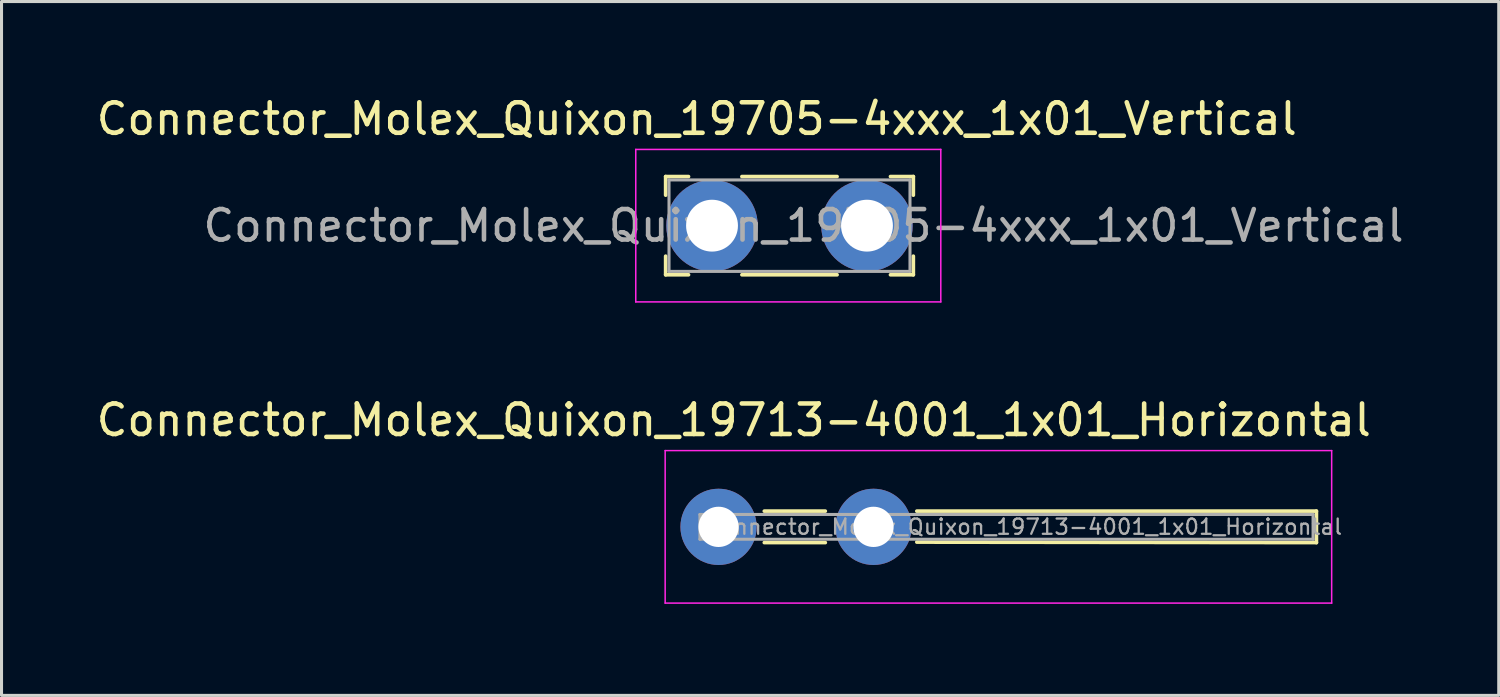
<source format=kicad_pcb>
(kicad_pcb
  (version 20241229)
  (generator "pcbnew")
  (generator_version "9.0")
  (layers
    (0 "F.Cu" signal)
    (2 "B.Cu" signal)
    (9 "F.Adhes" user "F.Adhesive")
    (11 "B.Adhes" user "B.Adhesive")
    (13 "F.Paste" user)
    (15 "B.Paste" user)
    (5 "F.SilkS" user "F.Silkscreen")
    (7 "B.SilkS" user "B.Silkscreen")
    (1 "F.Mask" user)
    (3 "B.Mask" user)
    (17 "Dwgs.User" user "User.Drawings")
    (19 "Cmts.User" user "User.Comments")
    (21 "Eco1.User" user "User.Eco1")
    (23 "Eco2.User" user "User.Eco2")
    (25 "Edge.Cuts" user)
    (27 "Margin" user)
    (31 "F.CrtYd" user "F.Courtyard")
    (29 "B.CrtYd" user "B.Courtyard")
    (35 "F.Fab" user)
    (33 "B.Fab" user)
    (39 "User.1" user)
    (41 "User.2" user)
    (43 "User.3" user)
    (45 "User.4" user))
  (footprint "Connector_Molex_Quixon_19713-4001_1x01_Horizontal"
    (layer "F.Cu")
    (at 20.506 14.222)
    (property "Reference" "Connector_Molex_Quixon_19713-4001_1x01_Horizontal" (at 0.5 -3.5 0) (layer "F.SilkS") (effects (font (size 1 1) (thickness 0.15))))
    (attr through_hole)
    (fp_line (start 1.5 -0.516) (end 3.5 -0.516) (stroke (width 0.12) (type solid)) (layer "F.SilkS"))
    (fp_line (start 1.5 0.516) (end 3.5 0.516) (stroke (width 0.12) (type solid)) (layer "F.SilkS"))
    (fp_line (start 6.5 0.5) (end 19.6 0.516) (stroke (width 0.12) (type solid)) (layer "F.SilkS"))
    (fp_line (start 19.6 -0.516) (end 6.5 -0.516) (stroke (width 0.12) (type solid)) (layer "F.SilkS"))
    (fp_line (start 19.6 0.516) (end 19.6 -0.516) (stroke (width 0.12) (type solid)) (layer "F.SilkS"))
    (fp_line (start -1.75 -2.5) (end -1.75 2.5) (stroke (width 0.05) (type solid)) (layer "F.CrtYd"))
    (fp_line (start -1.75 2.5) (end 20.1 2.5) (stroke (width 0.05) (type solid)) (layer "F.CrtYd"))
    (fp_line (start 20.1 -2.5) (end -1.75 -2.5) (stroke (width 0.05) (type solid)) (layer "F.CrtYd"))
    (fp_line (start 20.1 -2.5) (end 20.1 2.5) (stroke (width 0.05) (type solid)) (layer "F.CrtYd"))
    (fp_line (start -0.61 -0.406) (end 19.49 -0.406) (stroke (width 0.1) (type solid)) (layer "F.Fab"))
    (fp_line (start -0.61 0.406) (end -0.61 -0.406) (stroke (width 0.1) (type solid)) (layer "F.Fab"))
    (fp_line (start 19.49 -0.406) (end 19.49 0.406) (stroke (width 0.1) (type solid)) (layer "F.Fab"))
    (fp_line (start 19.49 0.406) (end -0.61 0.406) (stroke (width 0.1) (type solid)) (layer "F.Fab"))
    (fp_text user "${REFERENCE}" (at 10 0 0) (layer "F.Fab") (effects (font (size 0.5 0.5) (thickness 0.075))))
    (pad "1" thru_hole circle (at 0 0) (size 2.5 2.5) (drill 1.32) (layers "*.Cu" "*.Mask"))
    (pad "1" thru_hole circle (at 5.08 0) (size 2.5 2.5) (drill 1.32) (layers "*.Cu" "*.Mask")))
  (footprint "Connector_Molex_Quixon_19705-4xxx_1x01_Vertical"
    (layer "F.Cu")
    (at 20.292 4.348)
    (property "Reference" "Connector_Molex_Quixon_19705-4xxx_1x01_Vertical" (at -0.5 -3.5 0) (layer "F.SilkS") (effects (font (size 1 1) (thickness 0.15))))
    (attr through_hole)
    (fp_line (start -1.52 -1.61) (end -1.52 -1) (stroke (width 0.12) (type solid)) (layer "F.SilkS"))
    (fp_line (start -1.52 -1.61) (end -0.77 -1.61) (stroke (width 0.12) (type solid)) (layer "F.SilkS"))
    (fp_line (start -1.52 1) (end -1.52 1.61) (stroke (width 0.12) (type solid)) (layer "F.SilkS"))
    (fp_line (start -1.52 1.61) (end -0.77 1.61) (stroke (width 0.12) (type solid)) (layer "F.SilkS"))
    (fp_line (start 0.98 -1.61) (end 4.1 -1.61) (stroke (width 0.12) (type solid)) (layer "F.SilkS"))
    (fp_line (start 0.98 1.61) (end 4.1 1.61) (stroke (width 0.12) (type solid)) (layer "F.SilkS"))
    (fp_line (start 5.85 1.61) (end 6.6 1.61) (stroke (width 0.12) (type solid)) (layer "F.SilkS"))
    (fp_line (start 6.6 -1.61) (end 5.85 -1.61) (stroke (width 0.12) (type solid)) (layer "F.SilkS"))
    (fp_line (start 6.6 -1.61) (end 6.6 -1) (stroke (width 0.12) (type solid)) (layer "F.SilkS"))
    (fp_line (start 6.6 1) (end 6.6 1.61) (stroke (width 0.12) (type solid)) (layer "F.SilkS"))
    (fp_line (start -2.5 -2.5) (end -2.5 2.5) (stroke (width 0.05) (type solid)) (layer "F.CrtYd"))
    (fp_line (start -2.5 2.5) (end 7.5 2.5) (stroke (width 0.05) (type solid)) (layer "F.CrtYd"))
    (fp_line (start 7.5 -2.5) (end -2.5 -2.5) (stroke (width 0.05) (type solid)) (layer "F.CrtYd"))
    (fp_line (start 7.5 2.5) (end 7.5 -2.5) (stroke (width 0.05) (type solid)) (layer "F.CrtYd"))
    (fp_line (start -1.41 -1.5) (end -1.41 1.5) (stroke (width 0.1) (type solid)) (layer "F.Fab"))
    (fp_line (start -1.41 1.5) (end 6.49 1.5) (stroke (width 0.1) (type solid)) (layer "F.Fab"))
    (fp_line (start 6.49 -1.5) (end -1.41 -1.5) (stroke (width 0.1) (type solid)) (layer "F.Fab"))
    (fp_line (start 6.49 -1.5) (end 6.49 1.5) (stroke (width 0.1) (type solid)) (layer "F.Fab"))
    (fp_text user "${REFERENCE}" (at 3 0 0) (layer "F.Fab") (effects (font (size 1 1) (thickness 0.15))))
    (pad "1" thru_hole circle (at 0 0) (size 3 3) (drill 1.7) (layers "*.Cu" "*.Mask"))
    (pad "1" thru_hole circle (at 5.08 0) (size 3 3) (drill 1.7) (layers "*.Cu" "*.Mask")))
  (gr_rect
    (start -3 -3)
    (end 46.083 19.747)
    (stroke (width 0.1) (type default))
    (fill no)
    (layer "Edge.Cuts")))
</source>
